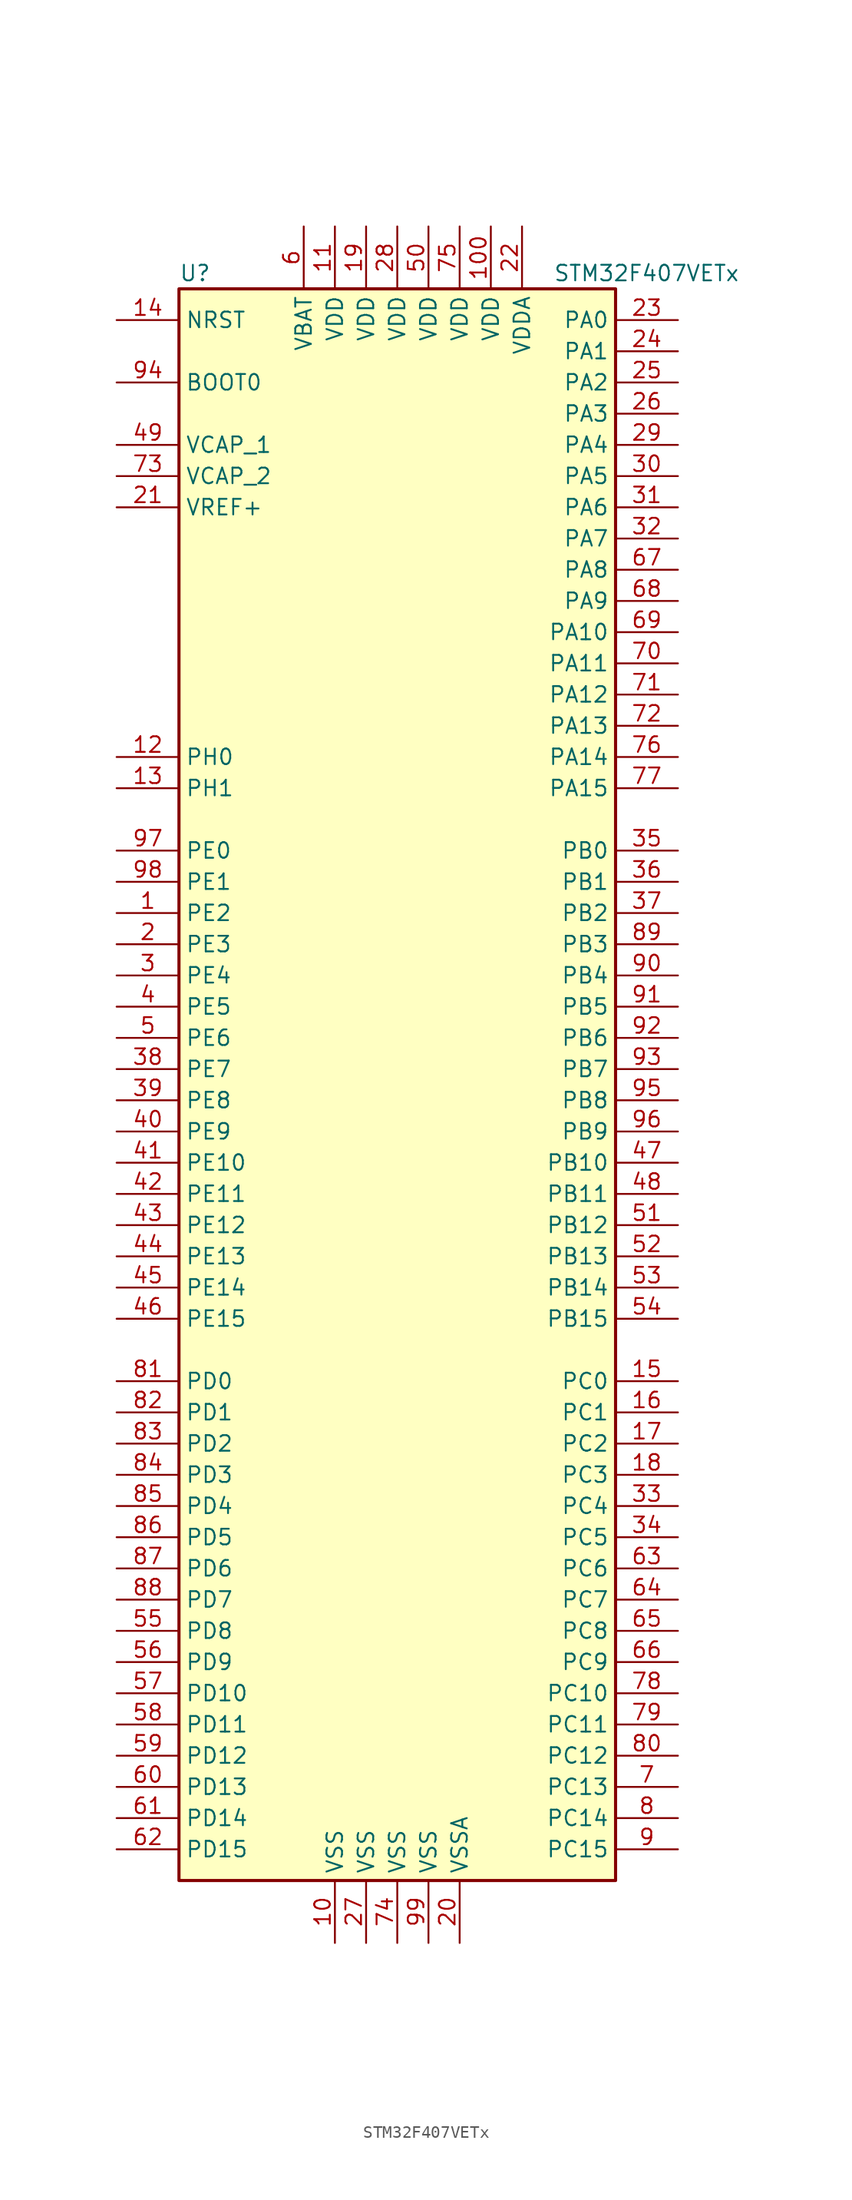
<source format=kicad_sym>
(kicad_symbol_lib
  (version 20201005)
  (generator kicad_symbol_editor)
  (symbol "STM32F407VETx"
    (property "Reference" "U"
      (at -17.78 64.77 0)
      (effects (font (size 1.27 1.27)) (justify left)))
    (property "Value" "STM32F407VETx"
      (at 12.7 64.77 0)
      (effects (font (size 1.27 1.27)) (justify left)))
    (symbol "STM32F407VETx_0_1"
      (rectangle (start -17.78 -66.04) (end 17.78 63.5) (stroke (width 0.254)) (fill (type background))))
    (symbol "STM32F407VETx_1_1"
      (pin input line (at -22.86 55.88 0) (length 5.08) (name "BOOT0" (effects (font (size 1.27 1.27)))) (number "94" (effects (font (size 1.27 1.27)))))
      (pin input line (at -22.86 60.96 0) (length 5.08) (name "NRST" (effects (font (size 1.27 1.27)))) (number "14" (effects (font (size 1.27 1.27)))))
      (pin bidirectional line (at 22.86 60.96 180) (length 5.08) (name "PA0" (effects (font (size 1.27 1.27)))) (number "23" (effects (font (size 1.27 1.27)))))
      (pin bidirectional line (at 22.86 58.42 180) (length 5.08) (name "PA1" (effects (font (size 1.27 1.27)))) (number "24" (effects (font (size 1.27 1.27)))))
      (pin bidirectional line (at 22.86 35.56 180) (length 5.08) (name "PA10" (effects (font (size 1.27 1.27)))) (number "69" (effects (font (size 1.27 1.27)))))
      (pin bidirectional line (at 22.86 33.02 180) (length 5.08) (name "PA11" (effects (font (size 1.27 1.27)))) (number "70" (effects (font (size 1.27 1.27)))))
      (pin bidirectional line (at 22.86 30.48 180) (length 5.08) (name "PA12" (effects (font (size 1.27 1.27)))) (number "71" (effects (font (size 1.27 1.27)))))
      (pin bidirectional line (at 22.86 27.94 180) (length 5.08) (name "PA13" (effects (font (size 1.27 1.27)))) (number "72" (effects (font (size 1.27 1.27)))))
      (pin bidirectional line (at 22.86 25.4 180) (length 5.08) (name "PA14" (effects (font (size 1.27 1.27)))) (number "76" (effects (font (size 1.27 1.27)))))
      (pin bidirectional line (at 22.86 22.86 180) (length 5.08) (name "PA15" (effects (font (size 1.27 1.27)))) (number "77" (effects (font (size 1.27 1.27)))))
      (pin bidirectional line (at 22.86 55.88 180) (length 5.08) (name "PA2" (effects (font (size 1.27 1.27)))) (number "25" (effects (font (size 1.27 1.27)))))
      (pin bidirectional line (at 22.86 53.34 180) (length 5.08) (name "PA3" (effects (font (size 1.27 1.27)))) (number "26" (effects (font (size 1.27 1.27)))))
      (pin bidirectional line (at 22.86 50.8 180) (length 5.08) (name "PA4" (effects (font (size 1.27 1.27)))) (number "29" (effects (font (size 1.27 1.27)))))
      (pin bidirectional line (at 22.86 48.26 180) (length 5.08) (name "PA5" (effects (font (size 1.27 1.27)))) (number "30" (effects (font (size 1.27 1.27)))))
      (pin bidirectional line (at 22.86 45.72 180) (length 5.08) (name "PA6" (effects (font (size 1.27 1.27)))) (number "31" (effects (font (size 1.27 1.27)))))
      (pin bidirectional line (at 22.86 43.18 180) (length 5.08) (name "PA7" (effects (font (size 1.27 1.27)))) (number "32" (effects (font (size 1.27 1.27)))))
      (pin bidirectional line (at 22.86 40.64 180) (length 5.08) (name "PA8" (effects (font (size 1.27 1.27)))) (number "67" (effects (font (size 1.27 1.27)))))
      (pin bidirectional line (at 22.86 38.1 180) (length 5.08) (name "PA9" (effects (font (size 1.27 1.27)))) (number "68" (effects (font (size 1.27 1.27)))))
      (pin bidirectional line (at 22.86 17.78 180) (length 5.08) (name "PB0" (effects (font (size 1.27 1.27)))) (number "35" (effects (font (size 1.27 1.27)))))
      (pin bidirectional line (at 22.86 15.24 180) (length 5.08) (name "PB1" (effects (font (size 1.27 1.27)))) (number "36" (effects (font (size 1.27 1.27)))))
      (pin bidirectional line (at 22.86 -7.62 180) (length 5.08) (name "PB10" (effects (font (size 1.27 1.27)))) (number "47" (effects (font (size 1.27 1.27)))))
      (pin bidirectional line (at 22.86 -10.16 180) (length 5.08) (name "PB11" (effects (font (size 1.27 1.27)))) (number "48" (effects (font (size 1.27 1.27)))))
      (pin bidirectional line (at 22.86 -12.7 180) (length 5.08) (name "PB12" (effects (font (size 1.27 1.27)))) (number "51" (effects (font (size 1.27 1.27)))))
      (pin bidirectional line (at 22.86 -15.24 180) (length 5.08) (name "PB13" (effects (font (size 1.27 1.27)))) (number "52" (effects (font (size 1.27 1.27)))))
      (pin bidirectional line (at 22.86 -17.78 180) (length 5.08) (name "PB14" (effects (font (size 1.27 1.27)))) (number "53" (effects (font (size 1.27 1.27)))))
      (pin bidirectional line (at 22.86 -20.32 180) (length 5.08) (name "PB15" (effects (font (size 1.27 1.27)))) (number "54" (effects (font (size 1.27 1.27)))))
      (pin bidirectional line (at 22.86 12.7 180) (length 5.08) (name "PB2" (effects (font (size 1.27 1.27)))) (number "37" (effects (font (size 1.27 1.27)))))
      (pin bidirectional line (at 22.86 10.16 180) (length 5.08) (name "PB3" (effects (font (size 1.27 1.27)))) (number "89" (effects (font (size 1.27 1.27)))))
      (pin bidirectional line (at 22.86 7.62 180) (length 5.08) (name "PB4" (effects (font (size 1.27 1.27)))) (number "90" (effects (font (size 1.27 1.27)))))
      (pin bidirectional line (at 22.86 5.08 180) (length 5.08) (name "PB5" (effects (font (size 1.27 1.27)))) (number "91" (effects (font (size 1.27 1.27)))))
      (pin bidirectional line (at 22.86 2.54 180) (length 5.08) (name "PB6" (effects (font (size 1.27 1.27)))) (number "92" (effects (font (size 1.27 1.27)))))
      (pin bidirectional line (at 22.86 0 180) (length 5.08) (name "PB7" (effects (font (size 1.27 1.27)))) (number "93" (effects (font (size 1.27 1.27)))))
      (pin bidirectional line (at 22.86 -2.54 180) (length 5.08) (name "PB8" (effects (font (size 1.27 1.27)))) (number "95" (effects (font (size 1.27 1.27)))))
      (pin bidirectional line (at 22.86 -5.08 180) (length 5.08) (name "PB9" (effects (font (size 1.27 1.27)))) (number "96" (effects (font (size 1.27 1.27)))))
      (pin bidirectional line (at 22.86 -25.4 180) (length 5.08) (name "PC0" (effects (font (size 1.27 1.27)))) (number "15" (effects (font (size 1.27 1.27)))))
      (pin bidirectional line (at 22.86 -27.94 180) (length 5.08) (name "PC1" (effects (font (size 1.27 1.27)))) (number "16" (effects (font (size 1.27 1.27)))))
      (pin bidirectional line (at 22.86 -50.8 180) (length 5.08) (name "PC10" (effects (font (size 1.27 1.27)))) (number "78" (effects (font (size 1.27 1.27)))))
      (pin bidirectional line (at 22.86 -53.34 180) (length 5.08) (name "PC11" (effects (font (size 1.27 1.27)))) (number "79" (effects (font (size 1.27 1.27)))))
      (pin bidirectional line (at 22.86 -55.88 180) (length 5.08) (name "PC12" (effects (font (size 1.27 1.27)))) (number "80" (effects (font (size 1.27 1.27)))))
      (pin bidirectional line (at 22.86 -58.42 180) (length 5.08) (name "PC13" (effects (font (size 1.27 1.27)))) (number "7" (effects (font (size 1.27 1.27)))))
      (pin bidirectional line (at 22.86 -60.96 180) (length 5.08) (name "PC14" (effects (font (size 1.27 1.27)))) (number "8" (effects (font (size 1.27 1.27)))))
      (pin bidirectional line (at 22.86 -63.5 180) (length 5.08) (name "PC15" (effects (font (size 1.27 1.27)))) (number "9" (effects (font (size 1.27 1.27)))))
      (pin bidirectional line (at 22.86 -30.48 180) (length 5.08) (name "PC2" (effects (font (size 1.27 1.27)))) (number "17" (effects (font (size 1.27 1.27)))))
      (pin bidirectional line (at 22.86 -33.02 180) (length 5.08) (name "PC3" (effects (font (size 1.27 1.27)))) (number "18" (effects (font (size 1.27 1.27)))))
      (pin bidirectional line (at 22.86 -35.56 180) (length 5.08) (name "PC4" (effects (font (size 1.27 1.27)))) (number "33" (effects (font (size 1.27 1.27)))))
      (pin bidirectional line (at 22.86 -38.1 180) (length 5.08) (name "PC5" (effects (font (size 1.27 1.27)))) (number "34" (effects (font (size 1.27 1.27)))))
      (pin bidirectional line (at 22.86 -40.64 180) (length 5.08) (name "PC6" (effects (font (size 1.27 1.27)))) (number "63" (effects (font (size 1.27 1.27)))))
      (pin bidirectional line (at 22.86 -43.18 180) (length 5.08) (name "PC7" (effects (font (size 1.27 1.27)))) (number "64" (effects (font (size 1.27 1.27)))))
      (pin bidirectional line (at 22.86 -45.72 180) (length 5.08) (name "PC8" (effects (font (size 1.27 1.27)))) (number "65" (effects (font (size 1.27 1.27)))))
      (pin bidirectional line (at 22.86 -48.26 180) (length 5.08) (name "PC9" (effects (font (size 1.27 1.27)))) (number "66" (effects (font (size 1.27 1.27)))))
      (pin bidirectional line (at -22.86 -25.4 0) (length 5.08) (name "PD0" (effects (font (size 1.27 1.27)))) (number "81" (effects (font (size 1.27 1.27)))))
      (pin bidirectional line (at -22.86 -27.94 0) (length 5.08) (name "PD1" (effects (font (size 1.27 1.27)))) (number "82" (effects (font (size 1.27 1.27)))))
      (pin bidirectional line (at -22.86 -50.8 0) (length 5.08) (name "PD10" (effects (font (size 1.27 1.27)))) (number "57" (effects (font (size 1.27 1.27)))))
      (pin bidirectional line (at -22.86 -53.34 0) (length 5.08) (name "PD11" (effects (font (size 1.27 1.27)))) (number "58" (effects (font (size 1.27 1.27)))))
      (pin bidirectional line (at -22.86 -55.88 0) (length 5.08) (name "PD12" (effects (font (size 1.27 1.27)))) (number "59" (effects (font (size 1.27 1.27)))))
      (pin bidirectional line (at -22.86 -58.42 0) (length 5.08) (name "PD13" (effects (font (size 1.27 1.27)))) (number "60" (effects (font (size 1.27 1.27)))))
      (pin bidirectional line (at -22.86 -60.96 0) (length 5.08) (name "PD14" (effects (font (size 1.27 1.27)))) (number "61" (effects (font (size 1.27 1.27)))))
      (pin bidirectional line (at -22.86 -63.5 0) (length 5.08) (name "PD15" (effects (font (size 1.27 1.27)))) (number "62" (effects (font (size 1.27 1.27)))))
      (pin bidirectional line (at -22.86 -30.48 0) (length 5.08) (name "PD2" (effects (font (size 1.27 1.27)))) (number "83" (effects (font (size 1.27 1.27)))))
      (pin bidirectional line (at -22.86 -33.02 0) (length 5.08) (name "PD3" (effects (font (size 1.27 1.27)))) (number "84" (effects (font (size 1.27 1.27)))))
      (pin bidirectional line (at -22.86 -35.56 0) (length 5.08) (name "PD4" (effects (font (size 1.27 1.27)))) (number "85" (effects (font (size 1.27 1.27)))))
      (pin bidirectional line (at -22.86 -38.1 0) (length 5.08) (name "PD5" (effects (font (size 1.27 1.27)))) (number "86" (effects (font (size 1.27 1.27)))))
      (pin bidirectional line (at -22.86 -40.64 0) (length 5.08) (name "PD6" (effects (font (size 1.27 1.27)))) (number "87" (effects (font (size 1.27 1.27)))))
      (pin bidirectional line (at -22.86 -43.18 0) (length 5.08) (name "PD7" (effects (font (size 1.27 1.27)))) (number "88" (effects (font (size 1.27 1.27)))))
      (pin bidirectional line (at -22.86 -45.72 0) (length 5.08) (name "PD8" (effects (font (size 1.27 1.27)))) (number "55" (effects (font (size 1.27 1.27)))))
      (pin bidirectional line (at -22.86 -48.26 0) (length 5.08) (name "PD9" (effects (font (size 1.27 1.27)))) (number "56" (effects (font (size 1.27 1.27)))))
      (pin bidirectional line (at -22.86 17.78 0) (length 5.08) (name "PE0" (effects (font (size 1.27 1.27)))) (number "97" (effects (font (size 1.27 1.27)))))
      (pin bidirectional line (at -22.86 15.24 0) (length 5.08) (name "PE1" (effects (font (size 1.27 1.27)))) (number "98" (effects (font (size 1.27 1.27)))))
      (pin bidirectional line (at -22.86 -7.62 0) (length 5.08) (name "PE10" (effects (font (size 1.27 1.27)))) (number "41" (effects (font (size 1.27 1.27)))))
      (pin bidirectional line (at -22.86 -10.16 0) (length 5.08) (name "PE11" (effects (font (size 1.27 1.27)))) (number "42" (effects (font (size 1.27 1.27)))))
      (pin bidirectional line (at -22.86 -12.7 0) (length 5.08) (name "PE12" (effects (font (size 1.27 1.27)))) (number "43" (effects (font (size 1.27 1.27)))))
      (pin bidirectional line (at -22.86 -15.24 0) (length 5.08) (name "PE13" (effects (font (size 1.27 1.27)))) (number "44" (effects (font (size 1.27 1.27)))))
      (pin bidirectional line (at -22.86 -17.78 0) (length 5.08) (name "PE14" (effects (font (size 1.27 1.27)))) (number "45" (effects (font (size 1.27 1.27)))))
      (pin bidirectional line (at -22.86 -20.32 0) (length 5.08) (name "PE15" (effects (font (size 1.27 1.27)))) (number "46" (effects (font (size 1.27 1.27)))))
      (pin bidirectional line (at -22.86 12.7 0) (length 5.08) (name "PE2" (effects (font (size 1.27 1.27)))) (number "1" (effects (font (size 1.27 1.27)))))
      (pin bidirectional line (at -22.86 10.16 0) (length 5.08) (name "PE3" (effects (font (size 1.27 1.27)))) (number "2" (effects (font (size 1.27 1.27)))))
      (pin bidirectional line (at -22.86 7.62 0) (length 5.08) (name "PE4" (effects (font (size 1.27 1.27)))) (number "3" (effects (font (size 1.27 1.27)))))
      (pin bidirectional line (at -22.86 5.08 0) (length 5.08) (name "PE5" (effects (font (size 1.27 1.27)))) (number "4" (effects (font (size 1.27 1.27)))))
      (pin bidirectional line (at -22.86 2.54 0) (length 5.08) (name "PE6" (effects (font (size 1.27 1.27)))) (number "5" (effects (font (size 1.27 1.27)))))
      (pin bidirectional line (at -22.86 0 0) (length 5.08) (name "PE7" (effects (font (size 1.27 1.27)))) (number "38" (effects (font (size 1.27 1.27)))))
      (pin bidirectional line (at -22.86 -2.54 0) (length 5.08) (name "PE8" (effects (font (size 1.27 1.27)))) (number "39" (effects (font (size 1.27 1.27)))))
      (pin bidirectional line (at -22.86 -5.08 0) (length 5.08) (name "PE9" (effects (font (size 1.27 1.27)))) (number "40" (effects (font (size 1.27 1.27)))))
      (pin input line (at -22.86 25.4 0) (length 5.08) (name "PH0" (effects (font (size 1.27 1.27)))) (number "12" (effects (font (size 1.27 1.27)))))
      (pin input line (at -22.86 22.86 0) (length 5.08) (name "PH1" (effects (font (size 1.27 1.27)))) (number "13" (effects (font (size 1.27 1.27)))))
      (pin power_in line (at -7.62 68.58 270) (length 5.08) (name "VBAT" (effects (font (size 1.27 1.27)))) (number "6" (effects (font (size 1.27 1.27)))))
      (pin power_in line (at -22.86 50.8 0) (length 5.08) (name "VCAP_1" (effects (font (size 1.27 1.27)))) (number "49" (effects (font (size 1.27 1.27)))))
      (pin power_in line (at -22.86 48.26 0) (length 5.08) (name "VCAP_2" (effects (font (size 1.27 1.27)))) (number "73" (effects (font (size 1.27 1.27)))))
      (pin power_in line (at 7.62 68.58 270) (length 5.08) (name "VDD" (effects (font (size 1.27 1.27)))) (number "100" (effects (font (size 1.27 1.27)))))
      (pin power_in line (at -5.08 68.58 270) (length 5.08) (name "VDD" (effects (font (size 1.27 1.27)))) (number "11" (effects (font (size 1.27 1.27)))))
      (pin power_in line (at -2.54 68.58 270) (length 5.08) (name "VDD" (effects (font (size 1.27 1.27)))) (number "19" (effects (font (size 1.27 1.27)))))
      (pin power_in line (at 0 68.58 270) (length 5.08) (name "VDD" (effects (font (size 1.27 1.27)))) (number "28" (effects (font (size 1.27 1.27)))))
      (pin power_in line (at 2.54 68.58 270) (length 5.08) (name "VDD" (effects (font (size 1.27 1.27)))) (number "50" (effects (font (size 1.27 1.27)))))
      (pin power_in line (at 5.08 68.58 270) (length 5.08) (name "VDD" (effects (font (size 1.27 1.27)))) (number "75" (effects (font (size 1.27 1.27)))))
      (pin power_in line (at 10.16 68.58 270) (length 5.08) (name "VDDA" (effects (font (size 1.27 1.27)))) (number "22" (effects (font (size 1.27 1.27)))))
      (pin power_in line (at -22.86 45.72 0) (length 5.08) (name "VREF+" (effects (font (size 1.27 1.27)))) (number "21" (effects (font (size 1.27 1.27)))))
      (pin power_in line (at -5.08 -71.12 90) (length 5.08) (name "VSS" (effects (font (size 1.27 1.27)))) (number "10" (effects (font (size 1.27 1.27)))))
      (pin power_in line (at -2.54 -71.12 90) (length 5.08) (name "VSS" (effects (font (size 1.27 1.27)))) (number "27" (effects (font (size 1.27 1.27)))))
      (pin power_in line (at 0 -71.12 90) (length 5.08) (name "VSS" (effects (font (size 1.27 1.27)))) (number "74" (effects (font (size 1.27 1.27)))))
      (pin power_in line (at 2.54 -71.12 90) (length 5.08) (name "VSS" (effects (font (size 1.27 1.27)))) (number "99" (effects (font (size 1.27 1.27)))))
      (pin power_in line (at 5.08 -71.12 90) (length 5.08) (name "VSSA" (effects (font (size 1.27 1.27)))) (number "20" (effects (font (size 1.27 1.27))))))))
</source>
